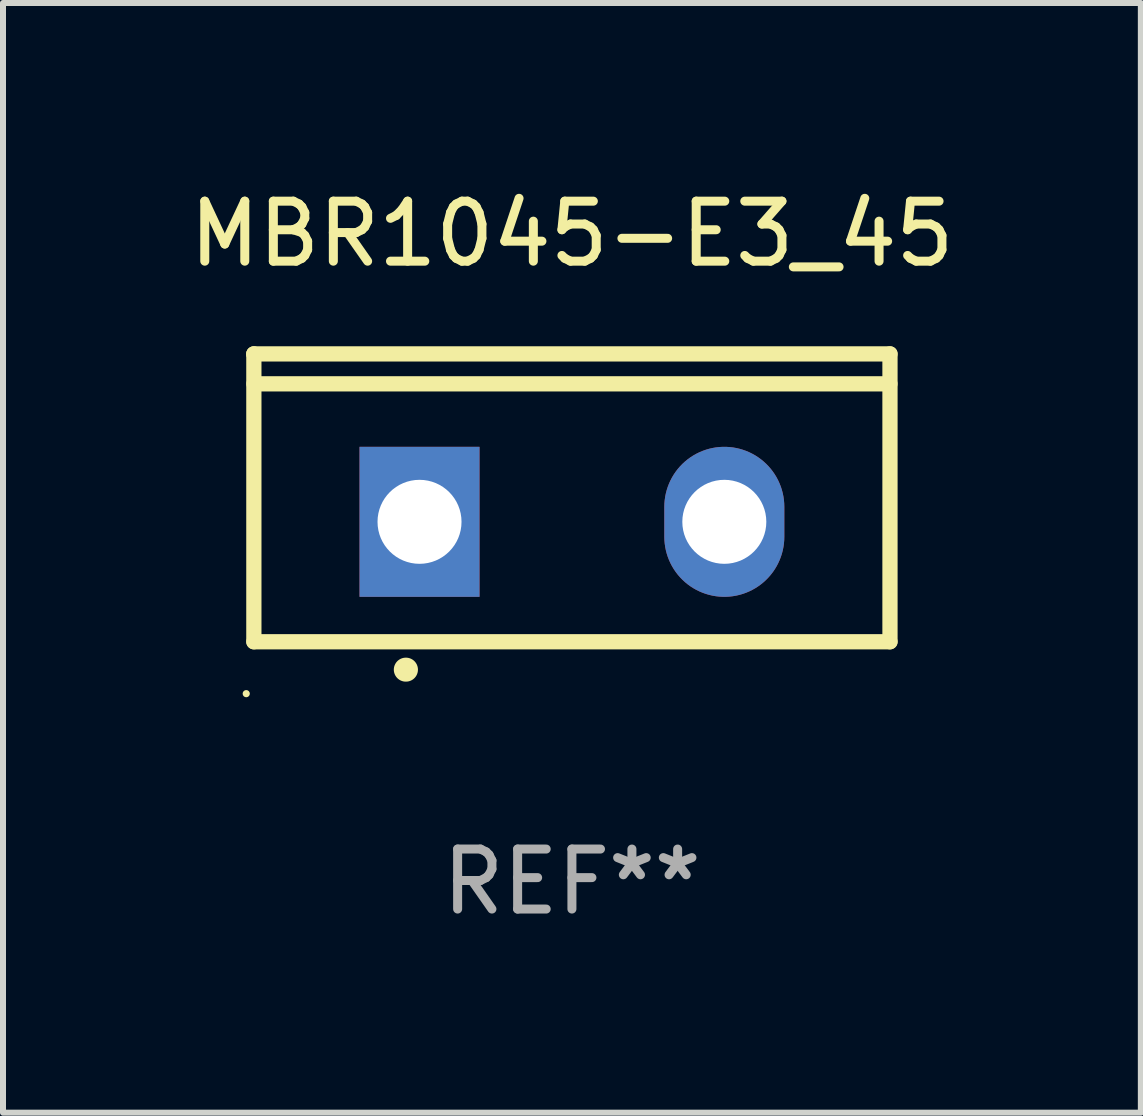
<source format=kicad_pcb>
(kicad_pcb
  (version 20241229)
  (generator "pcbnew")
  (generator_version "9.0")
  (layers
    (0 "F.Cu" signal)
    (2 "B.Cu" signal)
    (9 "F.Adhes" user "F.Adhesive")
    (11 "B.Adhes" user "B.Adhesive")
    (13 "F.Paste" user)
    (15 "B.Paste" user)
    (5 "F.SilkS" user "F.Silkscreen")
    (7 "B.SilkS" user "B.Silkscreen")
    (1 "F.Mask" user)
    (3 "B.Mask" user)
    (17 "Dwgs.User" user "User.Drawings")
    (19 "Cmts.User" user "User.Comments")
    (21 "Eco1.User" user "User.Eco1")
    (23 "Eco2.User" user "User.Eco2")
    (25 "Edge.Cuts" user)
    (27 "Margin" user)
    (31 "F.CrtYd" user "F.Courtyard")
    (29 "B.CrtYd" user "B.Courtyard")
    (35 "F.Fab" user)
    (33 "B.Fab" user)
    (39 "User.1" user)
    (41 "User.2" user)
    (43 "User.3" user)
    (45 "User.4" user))
  (footprint "MBR1045-E3_45"
    (layer "F.Cu")
    (at 6.482 5.247)
    (property "Reference" "MBR1045-E3_45" (at 0 -4.399 0) (layer "F.SilkS") (effects (font (size 1 1) (thickness 0.15))))
    (attr through_hole)
    (fp_line (start -5.301 -2.399) (end 5.301 -2.399) (stroke (width 0.254) (type solid)) (layer "F.SilkS"))
    (fp_line (start -5.301 -2.394) (end -5.301 -2.399) (stroke (width 0.254) (type solid)) (layer "F.SilkS"))
    (fp_line (start -5.301 2.399) (end -5.301 -2.394) (stroke (width 0.254) (type solid)) (layer "F.SilkS"))
    (fp_line (start 5.3 -1.9) (end -5.3 -1.9) (stroke (width 0.254) (type solid)) (layer "F.SilkS"))
    (fp_line (start 5.301 -2.399) (end 5.301 2.399) (stroke (width 0.254) (type solid)) (layer "F.SilkS"))
    (fp_line (start 5.301 2.399) (end -5.301 2.399) (stroke (width 0.254) (type solid)) (layer "F.SilkS"))
    (fp_arc (start -2.768606 2.863843) (mid -2.767336 2.863839) (end -2.766066 2.863843) (stroke (width 0.4) (type solid)) (layer "F.SilkS"))
    (fp_circle (center -5.428 3.264) (end -5.398 3.264) (stroke (width 0.06) (type solid)) (fill no) (layer "F.SilkS"))
    (fp_text user "REF**" (at 0 6.399 0) (layer "F.Fab") (effects (font (size 1 1) (thickness 0.15))))
    (pad "1" thru_hole rect (at -2.54 0.4) (size 2 2.5) (drill 1.4) (layers "*.Cu" "*.Mask"))
    (pad "2" thru_hole oval (at 2.54 0.4) (size 2 2.5) (drill 1.4) (layers "*.Cu" "*.Mask")))
  (gr_rect
    (start -3 -3)
    (end 15.964 15.495)
    (stroke (width 0.1) (type default))
    (fill no)
    (layer "Edge.Cuts")))
</source>
